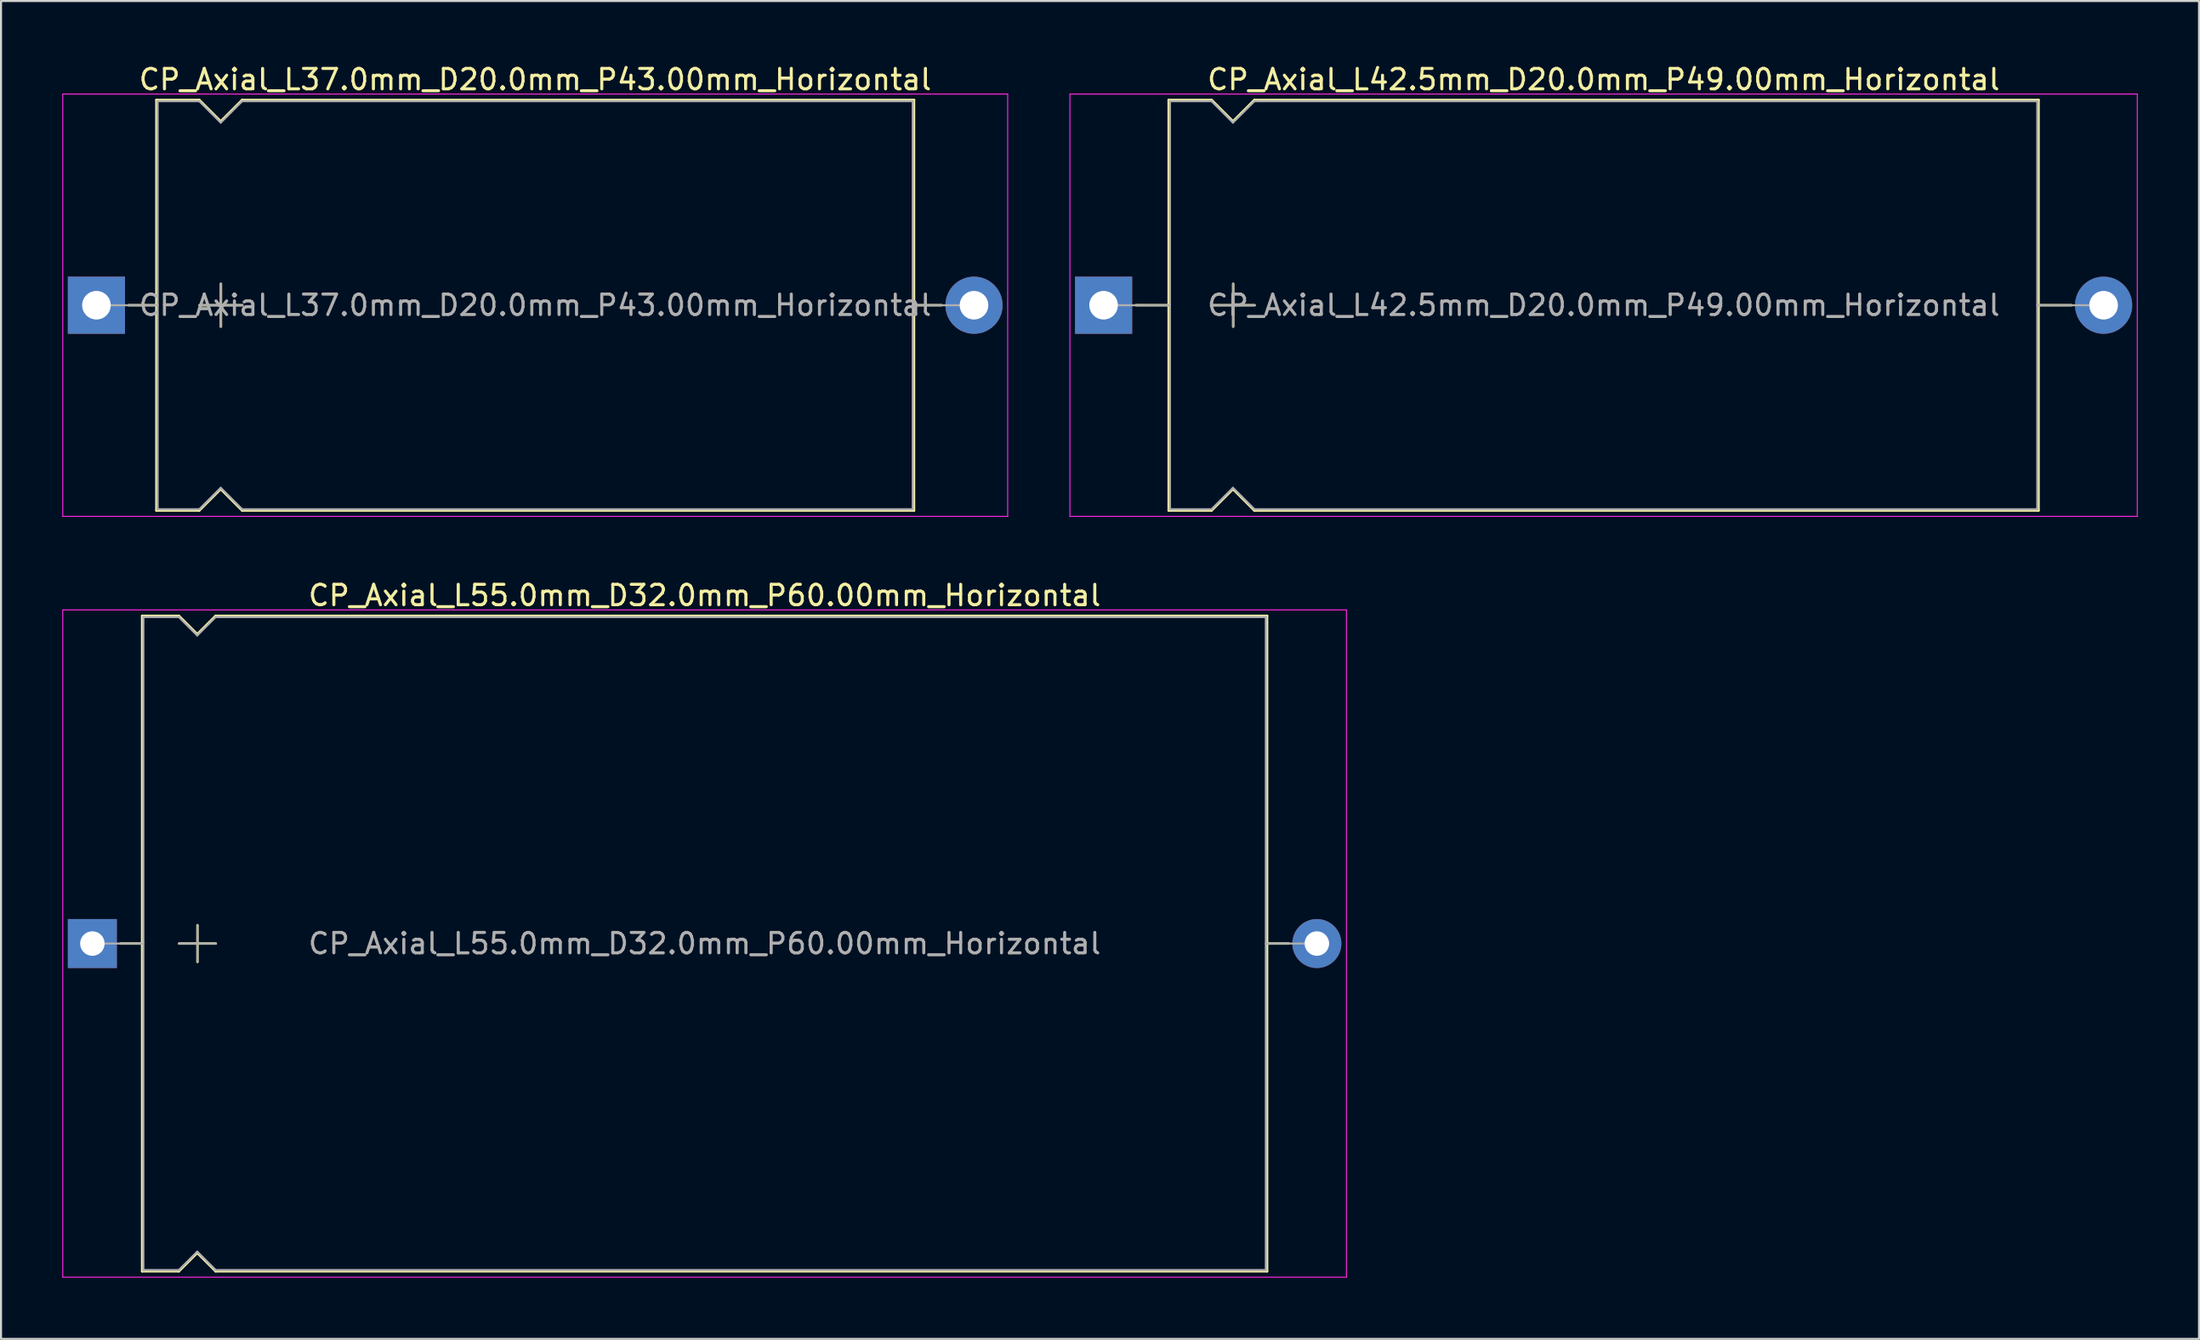
<source format=kicad_pcb>
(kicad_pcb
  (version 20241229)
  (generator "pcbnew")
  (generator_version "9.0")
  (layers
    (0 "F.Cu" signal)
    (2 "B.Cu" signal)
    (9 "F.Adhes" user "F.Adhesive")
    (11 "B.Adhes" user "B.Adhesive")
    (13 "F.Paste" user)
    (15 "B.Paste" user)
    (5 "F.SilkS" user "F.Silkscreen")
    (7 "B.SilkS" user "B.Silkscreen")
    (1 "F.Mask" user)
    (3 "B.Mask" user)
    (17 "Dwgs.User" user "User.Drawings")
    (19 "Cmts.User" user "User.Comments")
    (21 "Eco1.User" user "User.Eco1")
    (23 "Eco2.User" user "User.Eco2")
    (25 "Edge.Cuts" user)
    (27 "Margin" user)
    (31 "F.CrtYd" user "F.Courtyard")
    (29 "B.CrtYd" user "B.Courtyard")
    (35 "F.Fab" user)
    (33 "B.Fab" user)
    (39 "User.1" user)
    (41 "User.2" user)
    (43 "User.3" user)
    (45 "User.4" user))
  (footprint "CP_Axial_L42.5mm_D20.0mm_P49.00mm_Horizontal"
    (layer "F.Cu")
    (at 51.025 11.908)
    (property "Reference" "CP_Axial_L42.5mm_D20.0mm_P49.00mm_Horizontal" (at 24.5 -11.06 0) (layer "F.SilkS") (effects (font (size 1 1) (thickness 0.15))))
    (attr through_hole)
    (fp_line (start 1.58 0) (end 3.19 0) (stroke (width 0.12) (type solid)) (layer "F.SilkS"))
    (fp_line (start 3.19 -10.06) (end 3.19 10.06) (stroke (width 0.12) (type solid)) (layer "F.SilkS"))
    (fp_line (start 3.19 -10.06) (end 5.29 -10.06) (stroke (width 0.12) (type solid)) (layer "F.SilkS"))
    (fp_line (start 3.19 10.06) (end 5.29 10.06) (stroke (width 0.12) (type solid)) (layer "F.SilkS"))
    (fp_line (start 5.29 -10.06) (end 6.34 -9.01) (stroke (width 0.12) (type solid)) (layer "F.SilkS"))
    (fp_line (start 5.29 10.06) (end 6.34 9.01) (stroke (width 0.12) (type solid)) (layer "F.SilkS"))
    (fp_line (start 5.3 0) (end 7.4 0) (stroke (width 0.12) (type solid)) (layer "F.SilkS"))
    (fp_line (start 6.34 -9.01) (end 7.39 -10.06) (stroke (width 0.12) (type solid)) (layer "F.SilkS"))
    (fp_line (start 6.34 9.01) (end 7.39 10.06) (stroke (width 0.12) (type solid)) (layer "F.SilkS"))
    (fp_line (start 6.35 -1.05) (end 6.35 1.05) (stroke (width 0.12) (type solid)) (layer "F.SilkS"))
    (fp_line (start 7.39 -10.06) (end 45.81 -10.06) (stroke (width 0.12) (type solid)) (layer "F.SilkS"))
    (fp_line (start 7.39 10.06) (end 45.81 10.06) (stroke (width 0.12) (type solid)) (layer "F.SilkS"))
    (fp_line (start 45.81 -10.06) (end 45.81 10.06) (stroke (width 0.12) (type solid)) (layer "F.SilkS"))
    (fp_line (start 47.42 0) (end 45.81 0) (stroke (width 0.12) (type solid)) (layer "F.SilkS"))
    (fp_line (start -1.65 -10.35) (end -1.65 10.35) (stroke (width 0.05) (type solid)) (layer "F.CrtYd"))
    (fp_line (start -1.65 10.35) (end 50.65 10.35) (stroke (width 0.05) (type solid)) (layer "F.CrtYd"))
    (fp_line (start 50.65 -10.35) (end -1.65 -10.35) (stroke (width 0.05) (type solid)) (layer "F.CrtYd"))
    (fp_line (start 50.65 10.35) (end 50.65 -10.35) (stroke (width 0.05) (type solid)) (layer "F.CrtYd"))
    (fp_line (start 0 0) (end 3.25 0) (stroke (width 0.1) (type solid)) (layer "F.Fab"))
    (fp_line (start 3.25 -10) (end 3.25 10) (stroke (width 0.1) (type solid)) (layer "F.Fab"))
    (fp_line (start 3.25 -10) (end 5.29 -10) (stroke (width 0.1) (type solid)) (layer "F.Fab"))
    (fp_line (start 3.25 10) (end 5.29 10) (stroke (width 0.1) (type solid)) (layer "F.Fab"))
    (fp_line (start 5.29 -10) (end 6.34 -8.95) (stroke (width 0.1) (type solid)) (layer "F.Fab"))
    (fp_line (start 5.29 10) (end 6.34 8.95) (stroke (width 0.1) (type solid)) (layer "F.Fab"))
    (fp_line (start 5.3 0) (end 7.4 0) (stroke (width 0.1) (type solid)) (layer "F.Fab"))
    (fp_line (start 6.34 -8.95) (end 7.39 -10) (stroke (width 0.1) (type solid)) (layer "F.Fab"))
    (fp_line (start 6.34 8.95) (end 7.39 10) (stroke (width 0.1) (type solid)) (layer "F.Fab"))
    (fp_line (start 6.35 -1.05) (end 6.35 1.05) (stroke (width 0.1) (type solid)) (layer "F.Fab"))
    (fp_line (start 7.39 -10) (end 45.75 -10) (stroke (width 0.1) (type solid)) (layer "F.Fab"))
    (fp_line (start 7.39 10) (end 45.75 10) (stroke (width 0.1) (type solid)) (layer "F.Fab"))
    (fp_line (start 45.75 -10) (end 45.75 10) (stroke (width 0.1) (type solid)) (layer "F.Fab"))
    (fp_line (start 49 0) (end 45.75 0) (stroke (width 0.1) (type solid)) (layer "F.Fab"))
    (fp_text user "${REFERENCE}" (at 24.5 0 0) (layer "F.Fab") (effects (font (size 1 1) (thickness 0.15))))
    (pad "1" thru_hole rect (at 0 0) (size 2.8 2.8) (drill 1.4) (layers "*.Cu" "*.Mask"))
    (pad "2" thru_hole oval (at 49 0) (size 2.8 2.8) (drill 1.4) (layers "*.Cu" "*.Mask")))
  (footprint "CP_Axial_L55.0mm_D32.0mm_P60.00mm_Horizontal"
    (layer "F.Cu")
    (at 1.475 43.191)
    (property "Reference" "CP_Axial_L55.0mm_D32.0mm_P60.00mm_Horizontal" (at 30 -17.06 0) (layer "F.SilkS") (effects (font (size 1 1) (thickness 0.15))))
    (attr through_hole)
    (fp_line (start 1.38 0) (end 2.44 0) (stroke (width 0.12) (type solid)) (layer "F.SilkS"))
    (fp_line (start 2.44 -16.06) (end 2.44 16.06) (stroke (width 0.12) (type solid)) (layer "F.SilkS"))
    (fp_line (start 2.44 -16.06) (end 4.24 -16.06) (stroke (width 0.12) (type solid)) (layer "F.SilkS"))
    (fp_line (start 2.44 16.06) (end 4.24 16.06) (stroke (width 0.12) (type solid)) (layer "F.SilkS"))
    (fp_line (start 4.24 -16.06) (end 5.14 -15.16) (stroke (width 0.12) (type solid)) (layer "F.SilkS"))
    (fp_line (start 4.24 16.06) (end 5.14 15.16) (stroke (width 0.12) (type solid)) (layer "F.SilkS"))
    (fp_line (start 4.25 0) (end 6.05 0) (stroke (width 0.12) (type solid)) (layer "F.SilkS"))
    (fp_line (start 5.14 -15.16) (end 6.04 -16.06) (stroke (width 0.12) (type solid)) (layer "F.SilkS"))
    (fp_line (start 5.14 15.16) (end 6.04 16.06) (stroke (width 0.12) (type solid)) (layer "F.SilkS"))
    (fp_line (start 5.15 -0.9) (end 5.15 0.9) (stroke (width 0.12) (type solid)) (layer "F.SilkS"))
    (fp_line (start 6.04 -16.06) (end 57.56 -16.06) (stroke (width 0.12) (type solid)) (layer "F.SilkS"))
    (fp_line (start 6.04 16.06) (end 57.56 16.06) (stroke (width 0.12) (type solid)) (layer "F.SilkS"))
    (fp_line (start 57.56 -16.06) (end 57.56 16.06) (stroke (width 0.12) (type solid)) (layer "F.SilkS"))
    (fp_line (start 58.62 0) (end 57.56 0) (stroke (width 0.12) (type solid)) (layer "F.SilkS"))
    (fp_line (start -1.45 -16.35) (end -1.45 16.35) (stroke (width 0.05) (type solid)) (layer "F.CrtYd"))
    (fp_line (start -1.45 16.35) (end 61.45 16.35) (stroke (width 0.05) (type solid)) (layer "F.CrtYd"))
    (fp_line (start 61.45 -16.35) (end -1.45 -16.35) (stroke (width 0.05) (type solid)) (layer "F.CrtYd"))
    (fp_line (start 61.45 16.35) (end 61.45 -16.35) (stroke (width 0.05) (type solid)) (layer "F.CrtYd"))
    (fp_line (start 0 0) (end 2.5 0) (stroke (width 0.1) (type solid)) (layer "F.Fab"))
    (fp_line (start 2.5 -16) (end 2.5 16) (stroke (width 0.1) (type solid)) (layer "F.Fab"))
    (fp_line (start 2.5 -16) (end 4.24 -16) (stroke (width 0.1) (type solid)) (layer "F.Fab"))
    (fp_line (start 2.5 16) (end 4.24 16) (stroke (width 0.1) (type solid)) (layer "F.Fab"))
    (fp_line (start 4.24 -16) (end 5.14 -15.1) (stroke (width 0.1) (type solid)) (layer "F.Fab"))
    (fp_line (start 4.24 16) (end 5.14 15.1) (stroke (width 0.1) (type solid)) (layer "F.Fab"))
    (fp_line (start 4.25 0) (end 6.05 0) (stroke (width 0.1) (type solid)) (layer "F.Fab"))
    (fp_line (start 5.14 -15.1) (end 6.04 -16) (stroke (width 0.1) (type solid)) (layer "F.Fab"))
    (fp_line (start 5.14 15.1) (end 6.04 16) (stroke (width 0.1) (type solid)) (layer "F.Fab"))
    (fp_line (start 5.15 -0.9) (end 5.15 0.9) (stroke (width 0.1) (type solid)) (layer "F.Fab"))
    (fp_line (start 6.04 -16) (end 57.5 -16) (stroke (width 0.1) (type solid)) (layer "F.Fab"))
    (fp_line (start 6.04 16) (end 57.5 16) (stroke (width 0.1) (type solid)) (layer "F.Fab"))
    (fp_line (start 57.5 -16) (end 57.5 16) (stroke (width 0.1) (type solid)) (layer "F.Fab"))
    (fp_line (start 60 0) (end 57.5 0) (stroke (width 0.1) (type solid)) (layer "F.Fab"))
    (fp_text user "${REFERENCE}" (at 30 0 0) (layer "F.Fab") (effects (font (size 1 1) (thickness 0.15))))
    (pad "1" thru_hole rect (at 0 0) (size 2.4 2.4) (drill 1.2) (layers "*.Cu" "*.Mask"))
    (pad "2" thru_hole oval (at 60 0) (size 2.4 2.4) (drill 1.2) (layers "*.Cu" "*.Mask")))
  (footprint "CP_Axial_L37.0mm_D20.0mm_P43.00mm_Horizontal"
    (layer "F.Cu")
    (at 1.675 11.908)
    (property "Reference" "CP_Axial_L37.0mm_D20.0mm_P43.00mm_Horizontal" (at 21.5 -11.06 0) (layer "F.SilkS") (effects (font (size 1 1) (thickness 0.15))))
    (attr through_hole)
    (fp_line (start 1.58 0) (end 2.94 0) (stroke (width 0.12) (type solid)) (layer "F.SilkS"))
    (fp_line (start 2.94 -10.06) (end 2.94 10.06) (stroke (width 0.12) (type solid)) (layer "F.SilkS"))
    (fp_line (start 2.94 -10.06) (end 5.04 -10.06) (stroke (width 0.12) (type solid)) (layer "F.SilkS"))
    (fp_line (start 2.94 10.06) (end 5.04 10.06) (stroke (width 0.12) (type solid)) (layer "F.SilkS"))
    (fp_line (start 5.04 -10.06) (end 6.09 -9.01) (stroke (width 0.12) (type solid)) (layer "F.SilkS"))
    (fp_line (start 5.04 10.06) (end 6.09 9.01) (stroke (width 0.12) (type solid)) (layer "F.SilkS"))
    (fp_line (start 5.05 0) (end 7.15 0) (stroke (width 0.12) (type solid)) (layer "F.SilkS"))
    (fp_line (start 6.09 -9.01) (end 7.14 -10.06) (stroke (width 0.12) (type solid)) (layer "F.SilkS"))
    (fp_line (start 6.09 9.01) (end 7.14 10.06) (stroke (width 0.12) (type solid)) (layer "F.SilkS"))
    (fp_line (start 6.1 -1.05) (end 6.1 1.05) (stroke (width 0.12) (type solid)) (layer "F.SilkS"))
    (fp_line (start 7.14 -10.06) (end 40.06 -10.06) (stroke (width 0.12) (type solid)) (layer "F.SilkS"))
    (fp_line (start 7.14 10.06) (end 40.06 10.06) (stroke (width 0.12) (type solid)) (layer "F.SilkS"))
    (fp_line (start 40.06 -10.06) (end 40.06 10.06) (stroke (width 0.12) (type solid)) (layer "F.SilkS"))
    (fp_line (start 41.42 0) (end 40.06 0) (stroke (width 0.12) (type solid)) (layer "F.SilkS"))
    (fp_line (start -1.65 -10.35) (end -1.65 10.35) (stroke (width 0.05) (type solid)) (layer "F.CrtYd"))
    (fp_line (start -1.65 10.35) (end 44.65 10.35) (stroke (width 0.05) (type solid)) (layer "F.CrtYd"))
    (fp_line (start 44.65 -10.35) (end -1.65 -10.35) (stroke (width 0.05) (type solid)) (layer "F.CrtYd"))
    (fp_line (start 44.65 10.35) (end 44.65 -10.35) (stroke (width 0.05) (type solid)) (layer "F.CrtYd"))
    (fp_line (start 0 0) (end 3 0) (stroke (width 0.1) (type solid)) (layer "F.Fab"))
    (fp_line (start 3 -10) (end 3 10) (stroke (width 0.1) (type solid)) (layer "F.Fab"))
    (fp_line (start 3 -10) (end 5.04 -10) (stroke (width 0.1) (type solid)) (layer "F.Fab"))
    (fp_line (start 3 10) (end 5.04 10) (stroke (width 0.1) (type solid)) (layer "F.Fab"))
    (fp_line (start 5.04 -10) (end 6.09 -8.95) (stroke (width 0.1) (type solid)) (layer "F.Fab"))
    (fp_line (start 5.04 10) (end 6.09 8.95) (stroke (width 0.1) (type solid)) (layer "F.Fab"))
    (fp_line (start 5.05 0) (end 7.15 0) (stroke (width 0.1) (type solid)) (layer "F.Fab"))
    (fp_line (start 6.09 -8.95) (end 7.14 -10) (stroke (width 0.1) (type solid)) (layer "F.Fab"))
    (fp_line (start 6.09 8.95) (end 7.14 10) (stroke (width 0.1) (type solid)) (layer "F.Fab"))
    (fp_line (start 6.1 -1.05) (end 6.1 1.05) (stroke (width 0.1) (type solid)) (layer "F.Fab"))
    (fp_line (start 7.14 -10) (end 40 -10) (stroke (width 0.1) (type solid)) (layer "F.Fab"))
    (fp_line (start 7.14 10) (end 40 10) (stroke (width 0.1) (type solid)) (layer "F.Fab"))
    (fp_line (start 40 -10) (end 40 10) (stroke (width 0.1) (type solid)) (layer "F.Fab"))
    (fp_line (start 43 0) (end 40 0) (stroke (width 0.1) (type solid)) (layer "F.Fab"))
    (fp_text user "${REFERENCE}" (at 21.5 0 0) (layer "F.Fab") (effects (font (size 1 1) (thickness 0.15))))
    (pad "1" thru_hole rect (at 0 0) (size 2.8 2.8) (drill 1.4) (layers "*.Cu" "*.Mask"))
    (pad "2" thru_hole oval (at 43 0) (size 2.8 2.8) (drill 1.4) (layers "*.Cu" "*.Mask")))
  (gr_rect
    (start -3 -3)
    (end 104.7 62.566)
    (stroke (width 0.1) (type default))
    (fill no)
    (layer "Edge.Cuts")))
</source>
